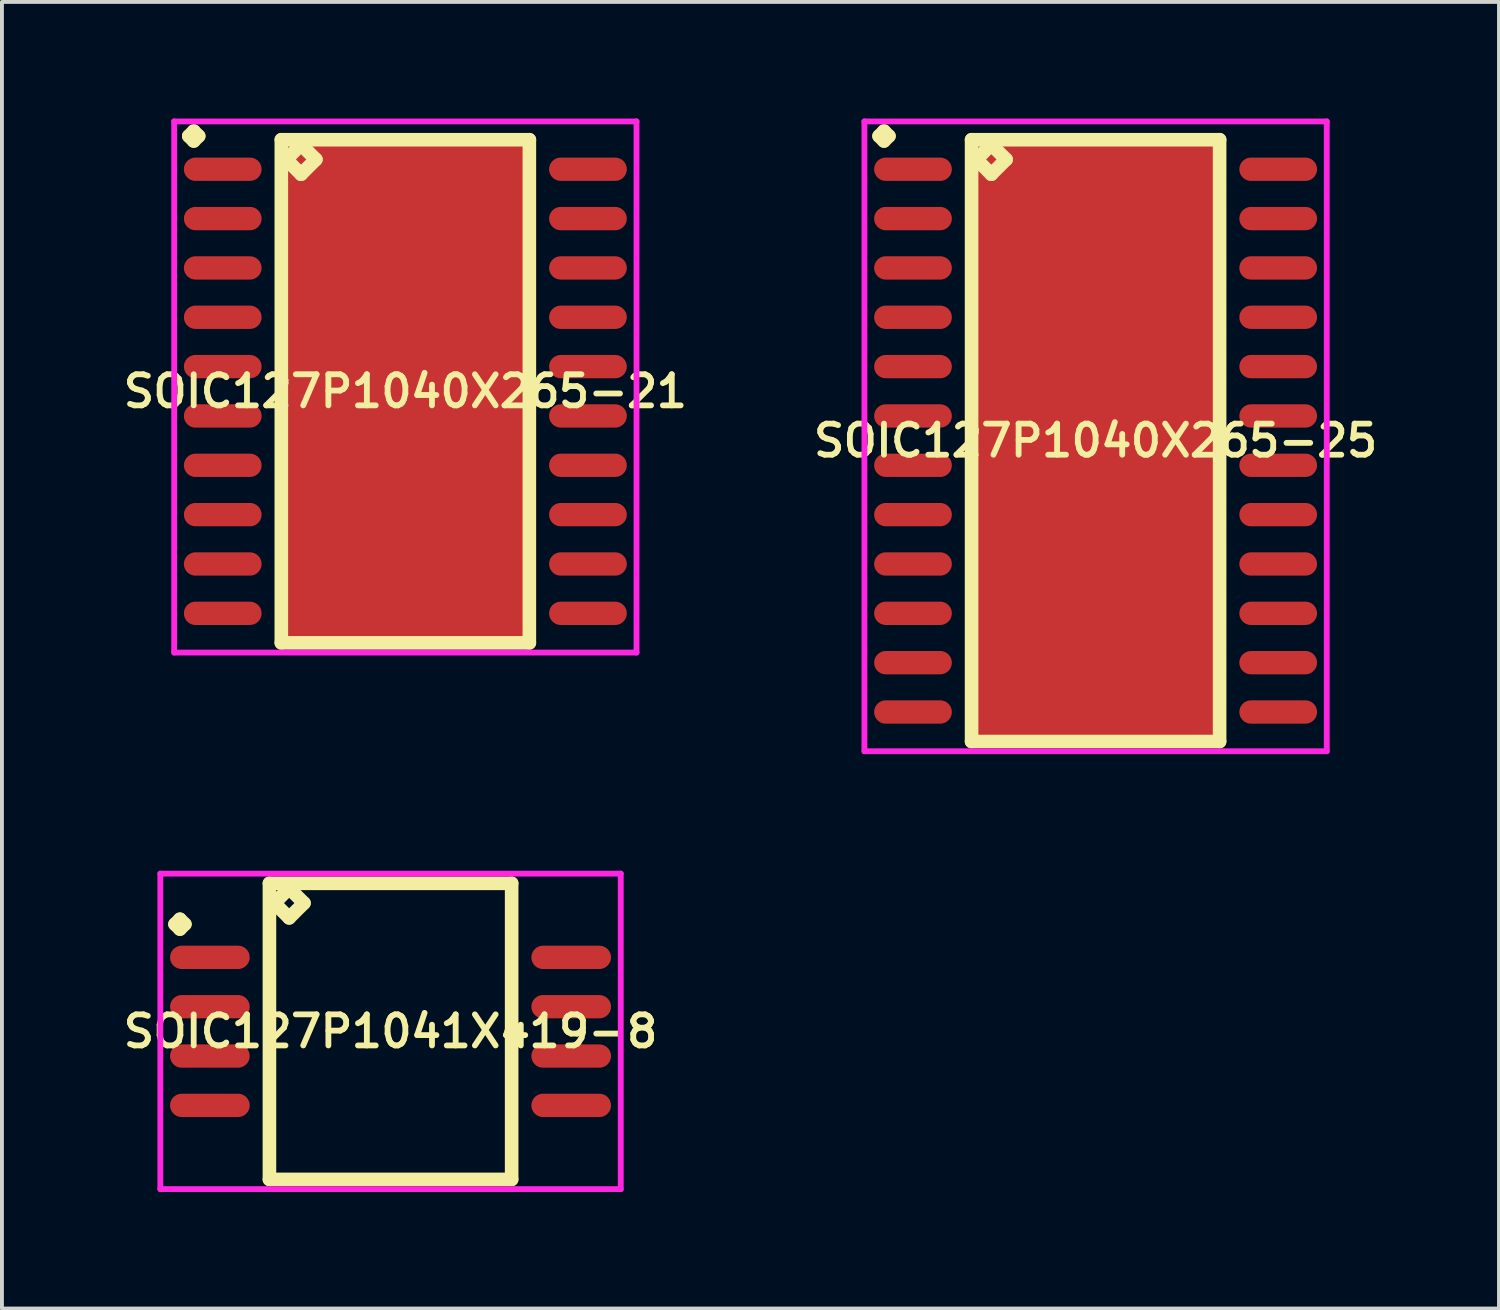
<source format=kicad_pcb>
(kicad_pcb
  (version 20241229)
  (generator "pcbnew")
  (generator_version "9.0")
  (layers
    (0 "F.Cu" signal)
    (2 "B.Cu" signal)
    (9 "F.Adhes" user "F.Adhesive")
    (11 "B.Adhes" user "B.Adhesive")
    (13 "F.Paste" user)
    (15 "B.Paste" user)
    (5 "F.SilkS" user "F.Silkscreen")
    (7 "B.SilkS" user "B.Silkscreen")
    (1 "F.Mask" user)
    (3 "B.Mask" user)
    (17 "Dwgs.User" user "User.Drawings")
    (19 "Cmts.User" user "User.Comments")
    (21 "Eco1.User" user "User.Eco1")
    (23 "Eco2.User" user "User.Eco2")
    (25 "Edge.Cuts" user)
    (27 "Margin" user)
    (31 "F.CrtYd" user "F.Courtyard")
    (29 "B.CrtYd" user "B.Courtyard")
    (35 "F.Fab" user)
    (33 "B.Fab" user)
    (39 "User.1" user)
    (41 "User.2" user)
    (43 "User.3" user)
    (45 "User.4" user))
  (footprint "SOIC127P1040X265-25"
    (layer "F.Cu")
    (at 25.149 8.291)
    (property "Reference" "SOIC127P1040X265-25" (at 0 0 0) (layer "F.SilkS") (effects (font (size 0.8 0.8) (thickness 0.15))))
    (attr smd)
    (fp_line (start -5.573 -7.839) (end -5.446 -7.966) (stroke (width 0.35) (type solid)) (layer "F.SilkS"))
    (fp_line (start -5.446 -7.966) (end -5.319 -7.839) (stroke (width 0.35) (type solid)) (layer "F.SilkS"))
    (fp_line (start -5.446 -7.712) (end -5.573 -7.839) (stroke (width 0.35) (type solid)) (layer "F.SilkS"))
    (fp_line (start -5.319 -7.839) (end -5.446 -7.712) (stroke (width 0.35) (type solid)) (layer "F.SilkS"))
    (fp_line (start -3.192 -7.745) (end -3.192 7.745) (stroke (width 0.35) (type solid)) (layer "F.SilkS"))
    (fp_line (start -3.192 7.745) (end 3.192 7.745) (stroke (width 0.35) (type solid)) (layer "F.SilkS"))
    (fp_line (start -3.065 -7.237) (end -2.684 -7.618) (stroke (width 0.35) (type solid)) (layer "F.SilkS"))
    (fp_line (start -2.684 -7.618) (end -2.303 -7.237) (stroke (width 0.35) (type solid)) (layer "F.SilkS"))
    (fp_line (start -2.684 -6.856) (end -3.065 -7.237) (stroke (width 0.35) (type solid)) (layer "F.SilkS"))
    (fp_line (start -2.303 -7.237) (end -2.684 -6.856) (stroke (width 0.35) (type solid)) (layer "F.SilkS"))
    (fp_line (start 3.192 -7.745) (end -3.192 -7.745) (stroke (width 0.35) (type solid)) (layer "F.SilkS"))
    (fp_line (start 3.192 7.745) (end 3.192 -7.745) (stroke (width 0.35) (type solid)) (layer "F.SilkS"))
    (fp_line (start -5.95 -8.216) (end 5.95 -8.216) (stroke (width 0.15) (type solid)) (layer "F.CrtYd"))
    (fp_line (start -5.95 7.995) (end -5.95 -8.216) (stroke (width 0.15) (type solid)) (layer "F.CrtYd"))
    (fp_line (start 5.95 -8.216) (end 5.95 7.995) (stroke (width 0.15) (type solid)) (layer "F.CrtYd"))
    (fp_line (start 5.95 7.995) (end -5.95 7.995) (stroke (width 0.15) (type solid)) (layer "F.CrtYd"))
    (pad "1" smd oval (at -4.7 -6.985) (size 2 0.6) (layers "F.Cu" "F.Mask" "F.Paste"))
    (pad "2" smd oval (at -4.7 -5.715) (size 2 0.6) (layers "F.Cu" "F.Mask" "F.Paste"))
    (pad "3" smd oval (at -4.7 -4.445) (size 2 0.6) (layers "F.Cu" "F.Mask" "F.Paste"))
    (pad "4" smd oval (at -4.7 -3.175) (size 2 0.6) (layers "F.Cu" "F.Mask" "F.Paste"))
    (pad "5" smd oval (at -4.7 -1.905) (size 2 0.6) (layers "F.Cu" "F.Mask" "F.Paste"))
    (pad "6" smd oval (at -4.7 -0.635) (size 2 0.6) (layers "F.Cu" "F.Mask" "F.Paste"))
    (pad "7" smd oval (at -4.7 0.635) (size 2 0.6) (layers "F.Cu" "F.Mask" "F.Paste"))
    (pad "8" smd oval (at -4.7 1.905) (size 2 0.6) (layers "F.Cu" "F.Mask" "F.Paste"))
    (pad "9" smd oval (at -4.7 3.175) (size 2 0.6) (layers "F.Cu" "F.Mask" "F.Paste"))
    (pad "10" smd oval (at -4.7 4.445) (size 2 0.6) (layers "F.Cu" "F.Mask" "F.Paste"))
    (pad "11" smd oval (at -4.7 5.715) (size 2 0.6) (layers "F.Cu" "F.Mask" "F.Paste"))
    (pad "12" smd oval (at -4.7 6.985) (size 2 0.6) (layers "F.Cu" "F.Mask" "F.Paste"))
    (pad "13" smd oval (at 4.7 6.985) (size 2 0.6) (layers "F.Cu" "F.Mask" "F.Paste"))
    (pad "14" smd oval (at 4.7 5.715) (size 2 0.6) (layers "F.Cu" "F.Mask" "F.Paste"))
    (pad "15" smd oval (at 4.7 4.445) (size 2 0.6) (layers "F.Cu" "F.Mask" "F.Paste"))
    (pad "16" smd oval (at 4.7 3.175) (size 2 0.6) (layers "F.Cu" "F.Mask" "F.Paste"))
    (pad "17" smd oval (at 4.7 1.905) (size 2 0.6) (layers "F.Cu" "F.Mask" "F.Paste"))
    (pad "18" smd oval (at 4.7 0.635) (size 2 0.6) (layers "F.Cu" "F.Mask" "F.Paste"))
    (pad "19" smd oval (at 4.7 -0.635) (size 2 0.6) (layers "F.Cu" "F.Mask" "F.Paste"))
    (pad "20" smd oval (at 4.7 -1.905) (size 2 0.6) (layers "F.Cu" "F.Mask" "F.Paste"))
    (pad "21" smd oval (at 4.7 -3.175) (size 2 0.6) (layers "F.Cu" "F.Mask" "F.Paste"))
    (pad "22" smd oval (at 4.7 -4.445) (size 2 0.6) (layers "F.Cu" "F.Mask" "F.Paste"))
    (pad "23" smd oval (at 4.7 -5.715) (size 2 0.6) (layers "F.Cu" "F.Mask" "F.Paste"))
    (pad "24" smd oval (at 4.7 -6.985) (size 2 0.6) (layers "F.Cu" "F.Mask" "F.Paste"))
    (pad "25" smd rect (at 0 0) (size 6.2 15.45) (layers "F.Cu" "F.Mask" "F.Paste")))
  (footprint "SOIC127P1040X265-21"
    (layer "F.Cu")
    (at 7.383 7.021)
    (property "Reference" "SOIC127P1040X265-21" (at 0 0 0) (layer "F.SilkS") (effects (font (size 0.8 0.8) (thickness 0.15))))
    (attr smd)
    (fp_line (start -5.573 -6.569) (end -5.446 -6.696) (stroke (width 0.35) (type solid)) (layer "F.SilkS"))
    (fp_line (start -5.446 -6.696) (end -5.319 -6.569) (stroke (width 0.35) (type solid)) (layer "F.SilkS"))
    (fp_line (start -5.446 -6.442) (end -5.573 -6.569) (stroke (width 0.35) (type solid)) (layer "F.SilkS"))
    (fp_line (start -5.319 -6.569) (end -5.446 -6.442) (stroke (width 0.35) (type solid)) (layer "F.SilkS"))
    (fp_line (start -3.192 -6.475) (end -3.192 6.475) (stroke (width 0.35) (type solid)) (layer "F.SilkS"))
    (fp_line (start -3.192 6.475) (end 3.192 6.475) (stroke (width 0.35) (type solid)) (layer "F.SilkS"))
    (fp_line (start -3.065 -5.967) (end -2.684 -6.348) (stroke (width 0.35) (type solid)) (layer "F.SilkS"))
    (fp_line (start -2.684 -6.348) (end -2.303 -5.967) (stroke (width 0.35) (type solid)) (layer "F.SilkS"))
    (fp_line (start -2.684 -5.586) (end -3.065 -5.967) (stroke (width 0.35) (type solid)) (layer "F.SilkS"))
    (fp_line (start -2.303 -5.967) (end -2.684 -5.586) (stroke (width 0.35) (type solid)) (layer "F.SilkS"))
    (fp_line (start 3.192 -6.475) (end -3.192 -6.475) (stroke (width 0.35) (type solid)) (layer "F.SilkS"))
    (fp_line (start 3.192 6.475) (end 3.192 -6.475) (stroke (width 0.35) (type solid)) (layer "F.SilkS"))
    (fp_line (start -5.95 -6.946) (end 5.95 -6.946) (stroke (width 0.15) (type solid)) (layer "F.CrtYd"))
    (fp_line (start -5.95 6.725) (end -5.95 -6.946) (stroke (width 0.15) (type solid)) (layer "F.CrtYd"))
    (fp_line (start 5.95 -6.946) (end 5.95 6.725) (stroke (width 0.15) (type solid)) (layer "F.CrtYd"))
    (fp_line (start 5.95 6.725) (end -5.95 6.725) (stroke (width 0.15) (type solid)) (layer "F.CrtYd"))
    (pad "1" smd oval (at -4.7 -5.715) (size 2 0.6) (layers "F.Cu" "F.Mask" "F.Paste"))
    (pad "2" smd oval (at -4.7 -4.445) (size 2 0.6) (layers "F.Cu" "F.Mask" "F.Paste"))
    (pad "3" smd oval (at -4.7 -3.175) (size 2 0.6) (layers "F.Cu" "F.Mask" "F.Paste"))
    (pad "4" smd oval (at -4.7 -1.905) (size 2 0.6) (layers "F.Cu" "F.Mask" "F.Paste"))
    (pad "5" smd oval (at -4.7 -0.635) (size 2 0.6) (layers "F.Cu" "F.Mask" "F.Paste"))
    (pad "6" smd oval (at -4.7 0.635) (size 2 0.6) (layers "F.Cu" "F.Mask" "F.Paste"))
    (pad "7" smd oval (at -4.7 1.905) (size 2 0.6) (layers "F.Cu" "F.Mask" "F.Paste"))
    (pad "8" smd oval (at -4.7 3.175) (size 2 0.6) (layers "F.Cu" "F.Mask" "F.Paste"))
    (pad "9" smd oval (at -4.7 4.445) (size 2 0.6) (layers "F.Cu" "F.Mask" "F.Paste"))
    (pad "10" smd oval (at -4.7 5.715) (size 2 0.6) (layers "F.Cu" "F.Mask" "F.Paste"))
    (pad "11" smd oval (at 4.7 5.715) (size 2 0.6) (layers "F.Cu" "F.Mask" "F.Paste"))
    (pad "12" smd oval (at 4.7 4.445) (size 2 0.6) (layers "F.Cu" "F.Mask" "F.Paste"))
    (pad "13" smd oval (at 4.7 3.175) (size 2 0.6) (layers "F.Cu" "F.Mask" "F.Paste"))
    (pad "14" smd oval (at 4.7 1.905) (size 2 0.6) (layers "F.Cu" "F.Mask" "F.Paste"))
    (pad "15" smd oval (at 4.7 0.635) (size 2 0.6) (layers "F.Cu" "F.Mask" "F.Paste"))
    (pad "16" smd oval (at 4.7 -0.635) (size 2 0.6) (layers "F.Cu" "F.Mask" "F.Paste"))
    (pad "17" smd oval (at 4.7 -1.905) (size 2 0.6) (layers "F.Cu" "F.Mask" "F.Paste"))
    (pad "18" smd oval (at 4.7 -3.175) (size 2 0.6) (layers "F.Cu" "F.Mask" "F.Paste"))
    (pad "19" smd oval (at 4.7 -4.445) (size 2 0.6) (layers "F.Cu" "F.Mask" "F.Paste"))
    (pad "20" smd oval (at 4.7 -5.715) (size 2 0.6) (layers "F.Cu" "F.Mask" "F.Paste"))
    (pad "21" smd rect (at 0 0) (size 6.2 12.95) (layers "F.Cu" "F.Mask" "F.Paste")))
  (footprint "SOIC127P1041X419-8"
    (layer "F.Cu")
    (at 7.002 23.496)
    (property "Reference" "SOIC127P1041X419-8" (at 0 0 0) (layer "F.SilkS") (effects (font (size 0.8 0.8) (thickness 0.15))))
    (attr smd)
    (fp_line (start -5.548 -2.759) (end -5.421 -2.886) (stroke (width 0.35) (type solid)) (layer "F.SilkS"))
    (fp_line (start -5.421 -2.886) (end -5.294 -2.759) (stroke (width 0.35) (type solid)) (layer "F.SilkS"))
    (fp_line (start -5.421 -2.632) (end -5.548 -2.759) (stroke (width 0.35) (type solid)) (layer "F.SilkS"))
    (fp_line (start -5.294 -2.759) (end -5.421 -2.632) (stroke (width 0.35) (type solid)) (layer "F.SilkS"))
    (fp_line (start -3.117 -3.81) (end -3.117 3.81) (stroke (width 0.35) (type solid)) (layer "F.SilkS"))
    (fp_line (start -3.117 3.81) (end 3.117 3.81) (stroke (width 0.35) (type solid)) (layer "F.SilkS"))
    (fp_line (start -2.99 -3.302) (end -2.609 -3.683) (stroke (width 0.35) (type solid)) (layer "F.SilkS"))
    (fp_line (start -2.609 -3.683) (end -2.228 -3.302) (stroke (width 0.35) (type solid)) (layer "F.SilkS"))
    (fp_line (start -2.609 -2.921) (end -2.99 -3.302) (stroke (width 0.35) (type solid)) (layer "F.SilkS"))
    (fp_line (start -2.228 -3.302) (end -2.609 -2.921) (stroke (width 0.35) (type solid)) (layer "F.SilkS"))
    (fp_line (start 3.117 -3.81) (end -3.117 -3.81) (stroke (width 0.35) (type solid)) (layer "F.SilkS"))
    (fp_line (start 3.117 3.81) (end 3.117 -3.81) (stroke (width 0.35) (type solid)) (layer "F.SilkS"))
    (fp_line (start -5.925 -4.06) (end 5.925 -4.06) (stroke (width 0.15) (type solid)) (layer "F.CrtYd"))
    (fp_line (start -5.925 4.06) (end -5.925 -4.06) (stroke (width 0.15) (type solid)) (layer "F.CrtYd"))
    (fp_line (start 5.925 -4.06) (end 5.925 4.06) (stroke (width 0.15) (type solid)) (layer "F.CrtYd"))
    (fp_line (start 5.925 4.06) (end -5.925 4.06) (stroke (width 0.15) (type solid)) (layer "F.CrtYd"))
    (pad "1" smd oval (at -4.65 -1.905) (size 2.05 0.6) (layers "F.Cu" "F.Mask" "F.Paste"))
    (pad "2" smd oval (at -4.65 -0.635) (size 2.05 0.6) (layers "F.Cu" "F.Mask" "F.Paste"))
    (pad "3" smd oval (at -4.65 0.635) (size 2.05 0.6) (layers "F.Cu" "F.Mask" "F.Paste"))
    (pad "4" smd oval (at -4.65 1.905) (size 2.05 0.6) (layers "F.Cu" "F.Mask" "F.Paste"))
    (pad "5" smd oval (at 4.65 1.905) (size 2.05 0.6) (layers "F.Cu" "F.Mask" "F.Paste"))
    (pad "6" smd oval (at 4.65 0.635) (size 2.05 0.6) (layers "F.Cu" "F.Mask" "F.Paste"))
    (pad "7" smd oval (at 4.65 -0.635) (size 2.05 0.6) (layers "F.Cu" "F.Mask" "F.Paste"))
    (pad "8" smd oval (at 4.65 -1.905) (size 2.05 0.6) (layers "F.Cu" "F.Mask" "F.Paste")))
  (gr_rect
    (start -3 -3)
    (end 35.532 30.631)
    (stroke (width 0.1) (type default))
    (fill no)
    (layer "Edge.Cuts")))
</source>
